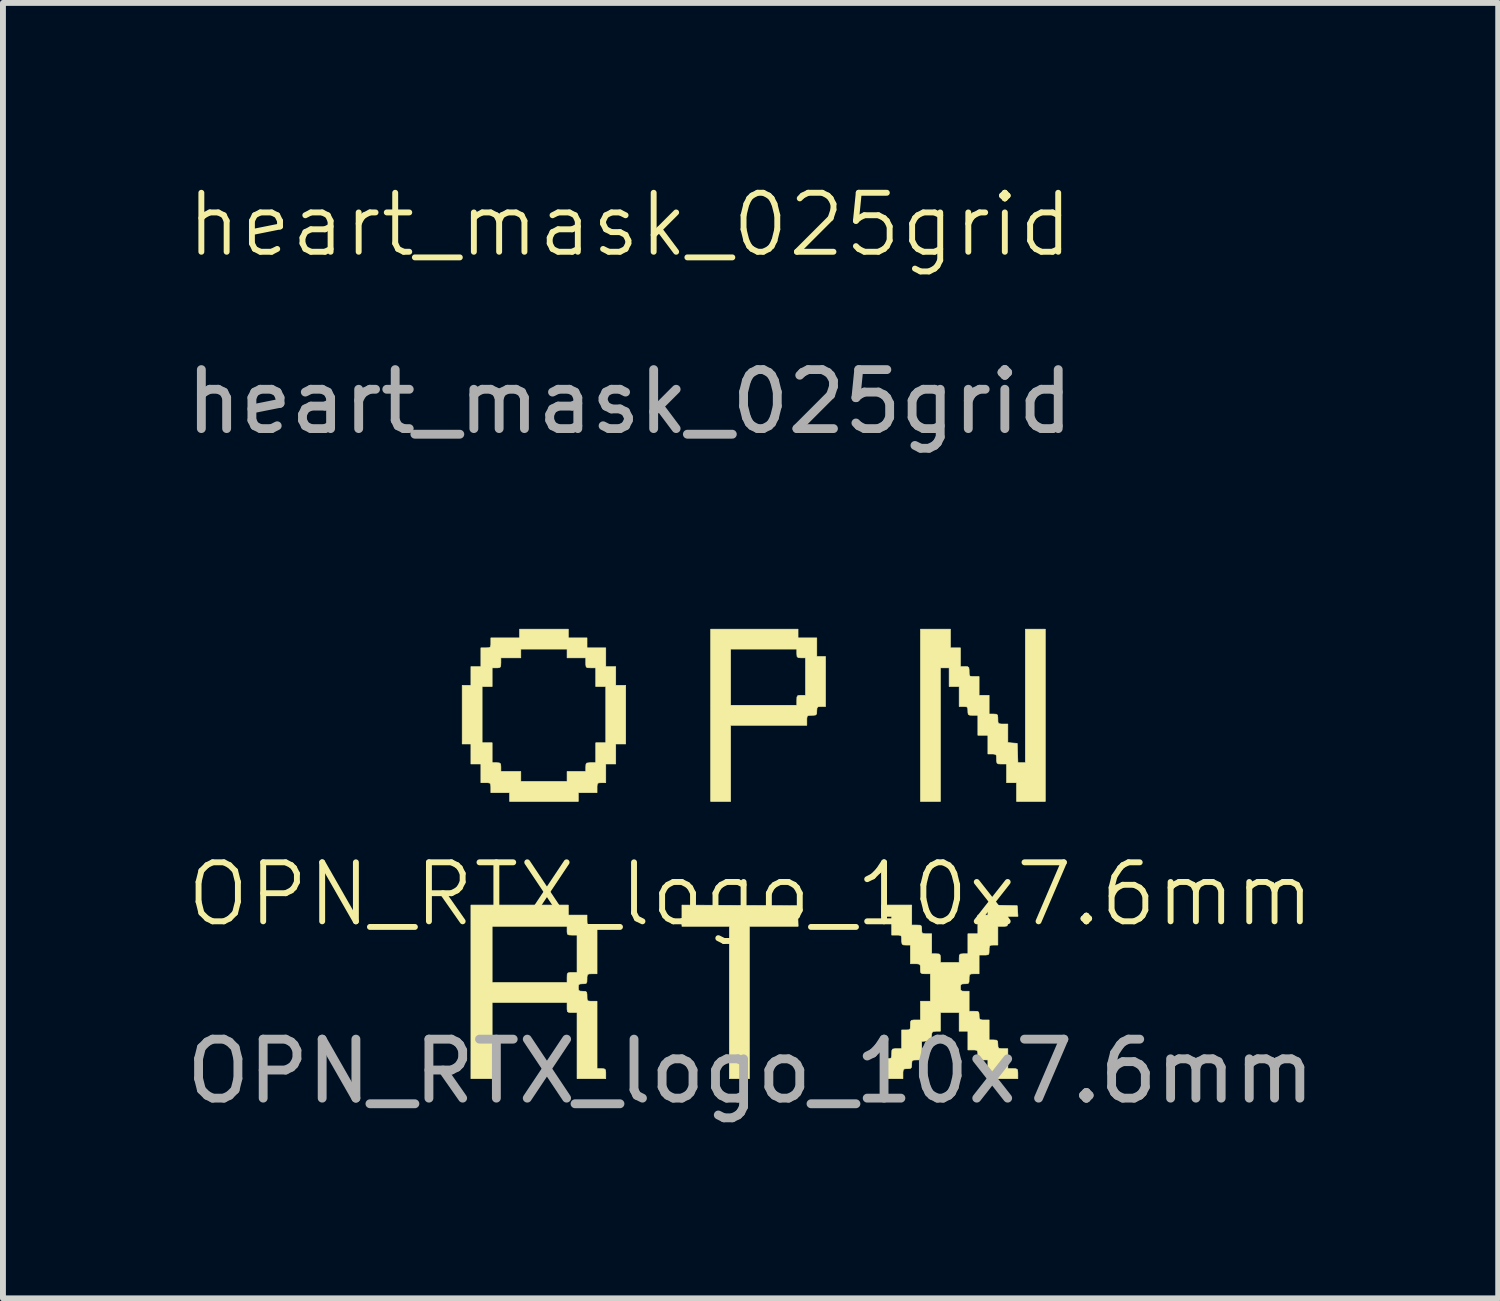
<source format=kicad_pcb>
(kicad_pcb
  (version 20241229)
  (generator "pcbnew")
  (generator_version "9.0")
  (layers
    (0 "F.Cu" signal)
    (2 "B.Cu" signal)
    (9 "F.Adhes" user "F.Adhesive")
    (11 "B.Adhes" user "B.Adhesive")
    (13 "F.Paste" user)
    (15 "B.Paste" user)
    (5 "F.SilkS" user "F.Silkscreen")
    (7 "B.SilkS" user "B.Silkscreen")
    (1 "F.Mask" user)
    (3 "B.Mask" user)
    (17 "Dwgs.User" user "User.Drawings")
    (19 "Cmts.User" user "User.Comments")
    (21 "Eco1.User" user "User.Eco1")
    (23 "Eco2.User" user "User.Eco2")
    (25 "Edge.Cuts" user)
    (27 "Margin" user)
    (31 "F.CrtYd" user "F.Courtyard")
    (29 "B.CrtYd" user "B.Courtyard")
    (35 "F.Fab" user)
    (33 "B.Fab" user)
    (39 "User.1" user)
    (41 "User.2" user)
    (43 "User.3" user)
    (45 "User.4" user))
  (footprint "heart_mask_025grid"
    (layer "F.Cu")
    (at 7.625 1.26)
    (property "Reference" "heart_mask_025grid" (at 0 -0.5 0) (unlocked yes) (layer "F.SilkS") (effects (font (size 1 1) (thickness 0.1))))
    (attr smd)
    (fp_text user "${REFERENCE}" (at 0 2.5 0) (unlocked yes) (layer "F.Fab") (effects (font (size 1 1) (thickness 0.15))))
    (pad "" smd rect (at -0.877 -0.369) (size 0.25 0.25) (layers "F.Mask"))
    (pad "" smd rect (at -0.877 -0.119) (size 0.25 0.25) (layers "F.Mask"))
    (pad "" smd rect (at -0.877 0.131) (size 0.25 0.25) (layers "F.Mask"))
    (pad "" smd rect (at -0.627 -0.619) (size 0.25 0.25) (layers "F.Mask"))
    (pad "" smd rect (at -0.627 0.381) (size 0.25 0.25) (layers "F.Mask"))
    (pad "" smd rect (at -0.377 -0.619) (size 0.25 0.25) (layers "F.Mask"))
    (pad "" smd rect (at -0.377 0.631) (size 0.25 0.25) (layers "F.Mask"))
    (pad "" smd rect (at -0.127 -0.369) (size 0.25 0.25) (layers "F.Mask"))
    (pad "" smd rect (at -0.127 0.881) (size 0.25 0.25) (layers "F.Mask"))
    (pad "" smd rect (at 0.123 -0.619) (size 0.25 0.25) (layers "F.Mask"))
    (pad "" smd rect (at 0.123 0.631) (size 0.25 0.25) (layers "F.Mask"))
    (pad "" smd rect (at 0.123 0.881) (size 0.25 0.25) (layers "F.Mask"))
    (pad "" smd rect (at 0.373 -0.619) (size 0.25 0.25) (layers "F.Mask"))
    (pad "" smd rect (at 0.373 0.381) (size 0.25 0.25) (layers "F.Mask"))
    (pad "" smd rect (at 0.373 0.631) (size 0.25 0.25) (layers "F.Mask"))
    (pad "" smd rect (at 0.623 -0.619) (size 0.25 0.25) (layers "F.Mask"))
    (pad "" smd rect (at 0.623 -0.369) (size 0.25 0.25) (layers "F.Mask"))
    (pad "" smd rect (at 0.623 -0.119) (size 0.25 0.25) (layers "F.Mask"))
    (pad "" smd rect (at 0.623 0.131) (size 0.25 0.25) (layers "F.Mask"))
    (pad "" smd rect (at 0.623 0.381) (size 0.25 0.25) (layers "F.Mask"))
    (pad "" smd rect (at 0.873 -0.369) (size 0.25 0.25) (layers "F.Mask"))
    (pad "" smd rect (at 0.873 -0.119) (size 0.25 0.25) (layers "F.Mask"))
    (pad "" smd rect (at 0.873 0.131) (size 0.25 0.25) (layers "F.Mask")))
  (footprint "OPN_RTX_logo_10x7.6mm"
    (layer "F.Cu")
    (at 9.673 12.609)
    (property "Reference" "OPN_RTX_logo_10x7.6mm" (at 0 -0.5 0) (unlocked yes) (layer "F.SilkS") (effects (font (size 1 1) (thickness 0.1))))
    (attr smd exclude_from_pos_files exclude_from_bom)
    (fp_poly (pts (xy -0.185 -0.312) (xy 0.794 -0.307) (xy 0.8 -0.132) (xy 0.806 0.042) (xy -0.021 0.042) (xy -0.021 2.625) (xy -0.36 2.625) (xy -0.36 0.042) (xy -1.164 0.042) (xy -1.164 -0.318) (xy -0.185 -0.312)) (stroke (width 0.01) (type solid)) (fill yes) (layer "F.SilkS"))
    (fp_poly (pts (xy 0.804 -4.847) (xy 1.122 -4.847) (xy 1.122 -4.53) (xy 1.27 -4.53) (xy 1.27 -3.683) (xy 1.196 -3.683) (xy 1.146 -3.68) (xy 1.126 -3.661) (xy 1.122 -3.615) (xy 1.122 -3.609) (xy 1.119 -3.561) (xy 1.103 -3.54) (xy 1.062 -3.535) (xy 1.037 -3.535) (xy 0.983 -3.533) (xy 0.959 -3.519) (xy 0.953 -3.48) (xy 0.953 -3.45) (xy 0.953 -3.365) (xy -0.339 -3.365) (xy -0.339 -2.074) (xy -0.677 -2.074) (xy -0.677 -4.657) (xy -0.339 -4.657) (xy -0.339 -3.704) (xy 0.783 -3.704) (xy 0.783 -3.789) (xy 0.785 -3.843) (xy 0.799 -3.867) (xy 0.835 -3.873) (xy 0.857 -3.873) (xy 0.931 -3.873) (xy 0.931 -4.508) (xy 0.857 -4.508) (xy 0.808 -4.512) (xy 0.787 -4.53) (xy 0.783 -4.577) (xy 0.783 -4.583) (xy 0.783 -4.657) (xy -0.339 -4.657) (xy -0.677 -4.657) (xy -0.677 -4.995) (xy 0.804 -4.995) (xy 0.804 -4.847)) (stroke (width 0.01) (type solid)) (fill yes) (layer "F.SilkS"))
    (fp_poly (pts (xy 3.387 -4.678) (xy 3.556 -4.678) (xy 3.556 -4.36) (xy 3.63 -4.36) (xy 3.678 -4.358) (xy 3.699 -4.342) (xy 3.704 -4.301) (xy 3.704 -4.276) (xy 3.706 -4.221) (xy 3.72 -4.197) (xy 3.759 -4.191) (xy 3.789 -4.191) (xy 3.873 -4.191) (xy 3.873 -3.873) (xy 4.043 -3.873) (xy 4.043 -3.556) (xy 4.117 -3.556) (xy 4.164 -3.553) (xy 4.185 -3.538) (xy 4.191 -3.496) (xy 4.191 -3.471) (xy 4.193 -3.417) (xy 4.207 -3.393) (xy 4.246 -3.387) (xy 4.276 -3.387) (xy 4.36 -3.387) (xy 4.36 -3.072) (xy 4.44 -3.065) (xy 4.519 -3.059) (xy 4.525 -2.895) (xy 4.531 -2.731) (xy 4.657 -2.731) (xy 4.657 -4.995) (xy 4.995 -4.995) (xy 4.995 -2.074) (xy 4.508 -2.074) (xy 4.508 -2.392) (xy 4.339 -2.392) (xy 4.339 -2.709) (xy 4.255 -2.709) (xy 4.2 -2.711) (xy 4.176 -2.726) (xy 4.17 -2.764) (xy 4.17 -2.794) (xy 4.168 -2.848) (xy 4.154 -2.872) (xy 4.118 -2.878) (xy 4.096 -2.879) (xy 4.022 -2.879) (xy 4.022 -3.196) (xy 3.852 -3.196) (xy 3.852 -3.535) (xy 3.768 -3.535) (xy 3.713 -3.537) (xy 3.689 -3.551) (xy 3.683 -3.587) (xy 3.683 -3.609) (xy 3.68 -3.659) (xy 3.661 -3.679) (xy 3.615 -3.683) (xy 3.609 -3.683) (xy 3.535 -3.683) (xy 3.535 -4.022) (xy 3.365 -4.022) (xy 3.365 -4.339) (xy 3.217 -4.339) (xy 3.217 -2.074) (xy 2.879 -2.074) (xy 2.879 -4.995) (xy 3.387 -4.995) (xy 3.387 -4.678)) (stroke (width 0.01) (type solid)) (fill yes) (layer "F.SilkS"))
    (fp_poly (pts (xy -3.09 -0.148) (xy -2.773 -0.148) (xy -2.773 -0.064) (xy -2.771 -0.009) (xy -2.757 0.015) (xy -2.718 0.021) (xy -2.688 0.021) (xy -2.603 0.021) (xy -2.603 0.847) (xy -2.688 0.847) (xy -2.742 0.849) (xy -2.766 0.863) (xy -2.773 0.902) (xy -2.773 0.931) (xy -2.775 0.986) (xy -2.789 1.01) (xy -2.825 1.016) (xy -2.847 1.016) (xy -2.897 1.02) (xy -2.917 1.037) (xy -2.921 1.079) (xy -2.917 1.122) (xy -2.896 1.14) (xy -2.847 1.143) (xy -2.799 1.146) (xy -2.778 1.161) (xy -2.773 1.203) (xy -2.773 1.228) (xy -2.771 1.282) (xy -2.757 1.306) (xy -2.718 1.312) (xy -2.688 1.312) (xy -2.603 1.312) (xy -2.603 2.455) (xy -2.529 2.455) (xy -2.482 2.458) (xy -2.461 2.474) (xy -2.455 2.515) (xy -2.455 2.54) (xy -2.455 2.625) (xy -2.942 2.625) (xy -2.942 1.503) (xy -3.027 1.503) (xy -3.081 1.501) (xy -3.105 1.487) (xy -3.111 1.448) (xy -3.111 1.418) (xy -3.111 1.333) (xy -4.381 1.333) (xy -4.381 2.625) (xy -4.741 2.625) (xy -4.741 0.042) (xy -4.381 0.042) (xy -4.381 0.995) (xy -3.111 0.995) (xy -3.111 0.91) (xy -3.109 0.856) (xy -3.095 0.832) (xy -3.057 0.826) (xy -3.027 0.826) (xy -2.942 0.826) (xy -2.942 0.191) (xy -3.027 0.191) (xy -3.081 0.188) (xy -3.105 0.174) (xy -3.111 0.138) (xy -3.111 0.116) (xy -3.111 0.042) (xy -4.381 0.042) (xy -4.741 0.042) (xy -4.741 -0.318) (xy -3.09 -0.318) (xy -3.09 -0.148)) (stroke (width 0.01) (type solid)) (fill yes) (layer "F.SilkS"))
    (fp_poly (pts (xy -3.09 -4.847) (xy -2.773 -4.847) (xy -2.773 -4.678) (xy -2.455 -4.678) (xy -2.455 -4.36) (xy -2.286 -4.36) (xy -2.286 -4.043) (xy -2.117 -4.043) (xy -2.117 -3.048) (xy -2.286 -3.048) (xy -2.286 -2.709) (xy -2.455 -2.709) (xy -2.455 -2.392) (xy -2.529 -2.392) (xy -2.577 -2.389) (xy -2.598 -2.373) (xy -2.603 -2.332) (xy -2.603 -2.307) (xy -2.603 -2.223) (xy -2.921 -2.223) (xy -2.921 -2.074) (xy -4.085 -2.074) (xy -4.085 -2.223) (xy -4.403 -2.223) (xy -4.403 -2.307) (xy -4.405 -2.361) (xy -4.419 -2.385) (xy -4.458 -2.392) (xy -4.487 -2.392) (xy -4.572 -2.392) (xy -4.572 -2.709) (xy -4.741 -2.709) (xy -4.741 -3.048) (xy -4.889 -3.048) (xy -4.889 -4.022) (xy -4.551 -4.022) (xy -4.551 -3.069) (xy -4.381 -3.069) (xy -4.381 -2.731) (xy -4.307 -2.731) (xy -4.258 -2.727) (xy -4.237 -2.709) (xy -4.233 -2.662) (xy -4.233 -2.656) (xy -4.233 -2.582) (xy -3.895 -2.582) (xy -3.895 -2.413) (xy -3.111 -2.413) (xy -3.111 -2.582) (xy -2.794 -2.582) (xy -2.794 -2.656) (xy -2.791 -2.704) (xy -2.776 -2.725) (xy -2.734 -2.73) (xy -2.709 -2.731) (xy -2.625 -2.731) (xy -2.625 -3.069) (xy -2.455 -3.069) (xy -2.455 -4.022) (xy -2.625 -4.022) (xy -2.625 -4.339) (xy -2.709 -4.339) (xy -2.764 -4.341) (xy -2.788 -4.355) (xy -2.794 -4.394) (xy -2.794 -4.424) (xy -2.794 -4.508) (xy -3.111 -4.508) (xy -3.111 -4.657) (xy -3.895 -4.657) (xy -3.895 -4.508) (xy -4.233 -4.508) (xy -4.233 -4.424) (xy -4.236 -4.37) (xy -4.249 -4.346) (xy -4.286 -4.339) (xy -4.307 -4.339) (xy -4.381 -4.339) (xy -4.381 -4.022) (xy -4.551 -4.022) (xy -4.889 -4.022) (xy -4.889 -4.043) (xy -4.741 -4.043) (xy -4.741 -4.36) (xy -4.572 -4.36) (xy -4.572 -4.678) (xy -4.487 -4.678) (xy -4.433 -4.68) (xy -4.409 -4.694) (xy -4.403 -4.733) (xy -4.403 -4.763) (xy -4.403 -4.847) (xy -3.916 -4.847) (xy -3.916 -4.995) (xy -3.09 -4.995) (xy -3.09 -4.847)) (stroke (width 0.01) (type solid)) (fill yes) (layer "F.SilkS"))
    (fp_poly (pts (xy 4.27 -0.313) (xy 4.519 -0.307) (xy 4.526 -0.217) (xy 4.532 -0.127) (xy 4.36 -0.127) (xy 4.36 -0.042) (xy 4.358 0.012) (xy 4.344 0.036) (xy 4.305 0.042) (xy 4.276 0.042) (xy 4.191 0.042) (xy 4.191 0.36) (xy 4.117 0.36) (xy 4.069 0.362) (xy 4.048 0.378) (xy 4.043 0.42) (xy 4.043 0.445) (xy 4.041 0.499) (xy 4.027 0.523) (xy 3.988 0.529) (xy 3.958 0.529) (xy 3.873 0.529) (xy 3.873 0.847) (xy 3.789 0.847) (xy 3.735 0.849) (xy 3.711 0.863) (xy 3.704 0.902) (xy 3.704 0.931) (xy 3.702 0.986) (xy 3.688 1.01) (xy 3.652 1.016) (xy 3.63 1.016) (xy 3.58 1.02) (xy 3.56 1.037) (xy 3.556 1.079) (xy 3.56 1.122) (xy 3.581 1.14) (xy 3.63 1.143) (xy 3.704 1.143) (xy 3.704 1.482) (xy 3.789 1.482) (xy 3.843 1.484) (xy 3.867 1.498) (xy 3.873 1.534) (xy 3.873 1.556) (xy 3.876 1.603) (xy 3.892 1.624) (xy 3.933 1.63) (xy 3.958 1.63) (xy 4.043 1.63) (xy 4.043 1.968) (xy 4.117 1.968) (xy 4.167 1.972) (xy 4.187 1.99) (xy 4.191 2.037) (xy 4.191 2.043) (xy 4.194 2.09) (xy 4.209 2.111) (xy 4.251 2.117) (xy 4.276 2.117) (xy 4.36 2.117) (xy 4.36 2.455) (xy 4.445 2.455) (xy 4.499 2.457) (xy 4.523 2.472) (xy 4.529 2.51) (xy 4.53 2.54) (xy 4.53 2.625) (xy 4.022 2.625) (xy 4.022 2.307) (xy 3.937 2.307) (xy 3.883 2.305) (xy 3.859 2.291) (xy 3.853 2.252) (xy 3.852 2.223) (xy 3.85 2.168) (xy 3.836 2.144) (xy 3.797 2.138) (xy 3.768 2.138) (xy 3.683 2.138) (xy 3.683 1.82) (xy 3.535 1.82) (xy 3.535 1.503) (xy 3.217 1.503) (xy 3.217 1.82) (xy 3.145 1.82) (xy 3.097 1.824) (xy 3.075 1.842) (xy 3.066 1.888) (xy 3.065 1.9) (xy 3.057 1.952) (xy 3.037 1.976) (xy 2.99 1.985) (xy 2.979 1.986) (xy 2.9 1.992) (xy 2.9 2.307) (xy 2.815 2.307) (xy 2.761 2.309) (xy 2.737 2.323) (xy 2.731 2.359) (xy 2.731 2.381) (xy 2.727 2.431) (xy 2.709 2.451) (xy 2.662 2.455) (xy 2.656 2.455) (xy 2.609 2.458) (xy 2.588 2.474) (xy 2.582 2.515) (xy 2.582 2.54) (xy 2.582 2.625) (xy 2.223 2.625) (xy 2.223 2.286) (xy 2.307 2.286) (xy 2.361 2.284) (xy 2.385 2.27) (xy 2.392 2.231) (xy 2.392 2.201) (xy 2.394 2.147) (xy 2.408 2.123) (xy 2.447 2.117) (xy 2.477 2.117) (xy 2.561 2.117) (xy 2.561 1.799) (xy 2.635 1.799) (xy 2.683 1.797) (xy 2.704 1.781) (xy 2.709 1.739) (xy 2.709 1.714) (xy 2.711 1.66) (xy 2.726 1.636) (xy 2.764 1.63) (xy 2.794 1.63) (xy 2.879 1.63) (xy 2.879 1.312) (xy 3.048 1.312) (xy 3.048 0.847) (xy 2.963 0.847) (xy 2.909 0.845) (xy 2.885 0.83) (xy 2.879 0.792) (xy 2.879 0.762) (xy 2.877 0.708) (xy 2.862 0.684) (xy 2.824 0.678) (xy 2.794 0.677) (xy 2.709 0.677) (xy 2.709 0.36) (xy 2.635 0.36) (xy 2.588 0.357) (xy 2.567 0.341) (xy 2.561 0.3) (xy 2.561 0.275) (xy 2.559 0.221) (xy 2.545 0.197) (xy 2.506 0.191) (xy 2.477 0.191) (xy 2.392 0.191) (xy 2.392 -0.127) (xy 2.223 -0.127) (xy 2.223 -0.318) (xy 2.731 -0.318) (xy 2.731 0.021) (xy 2.815 0.021) (xy 2.869 0.023) (xy 2.893 0.037) (xy 2.9 0.073) (xy 2.9 0.095) (xy 2.902 0.143) (xy 2.918 0.164) (xy 2.96 0.169) (xy 2.985 0.169) (xy 3.069 0.169) (xy 3.069 0.508) (xy 3.143 0.508) (xy 3.193 0.511) (xy 3.213 0.53) (xy 3.217 0.576) (xy 3.217 0.582) (xy 3.217 0.656) (xy 3.535 0.656) (xy 3.535 0.582) (xy 3.538 0.532) (xy 3.557 0.512) (xy 3.603 0.508) (xy 3.609 0.508) (xy 3.683 0.508) (xy 3.683 0.169) (xy 3.852 0.169) (xy 3.852 -0.148) (xy 4.022 -0.148) (xy 4.022 -0.319) (xy 4.27 -0.313)) (stroke (width 0.01) (type solid)) (fill yes) (layer "F.SilkS"))
    (fp_text user "${REFERENCE}" (at 0 2.5 0) (unlocked yes) (layer "F.Fab") (effects (font (size 1 1) (thickness 0.15)))))
  (gr_rect
    (start -3 -3)
    (end 22.345 18.957)
    (stroke (width 0.1) (type default))
    (fill no)
    (layer "Edge.Cuts")))
</source>
